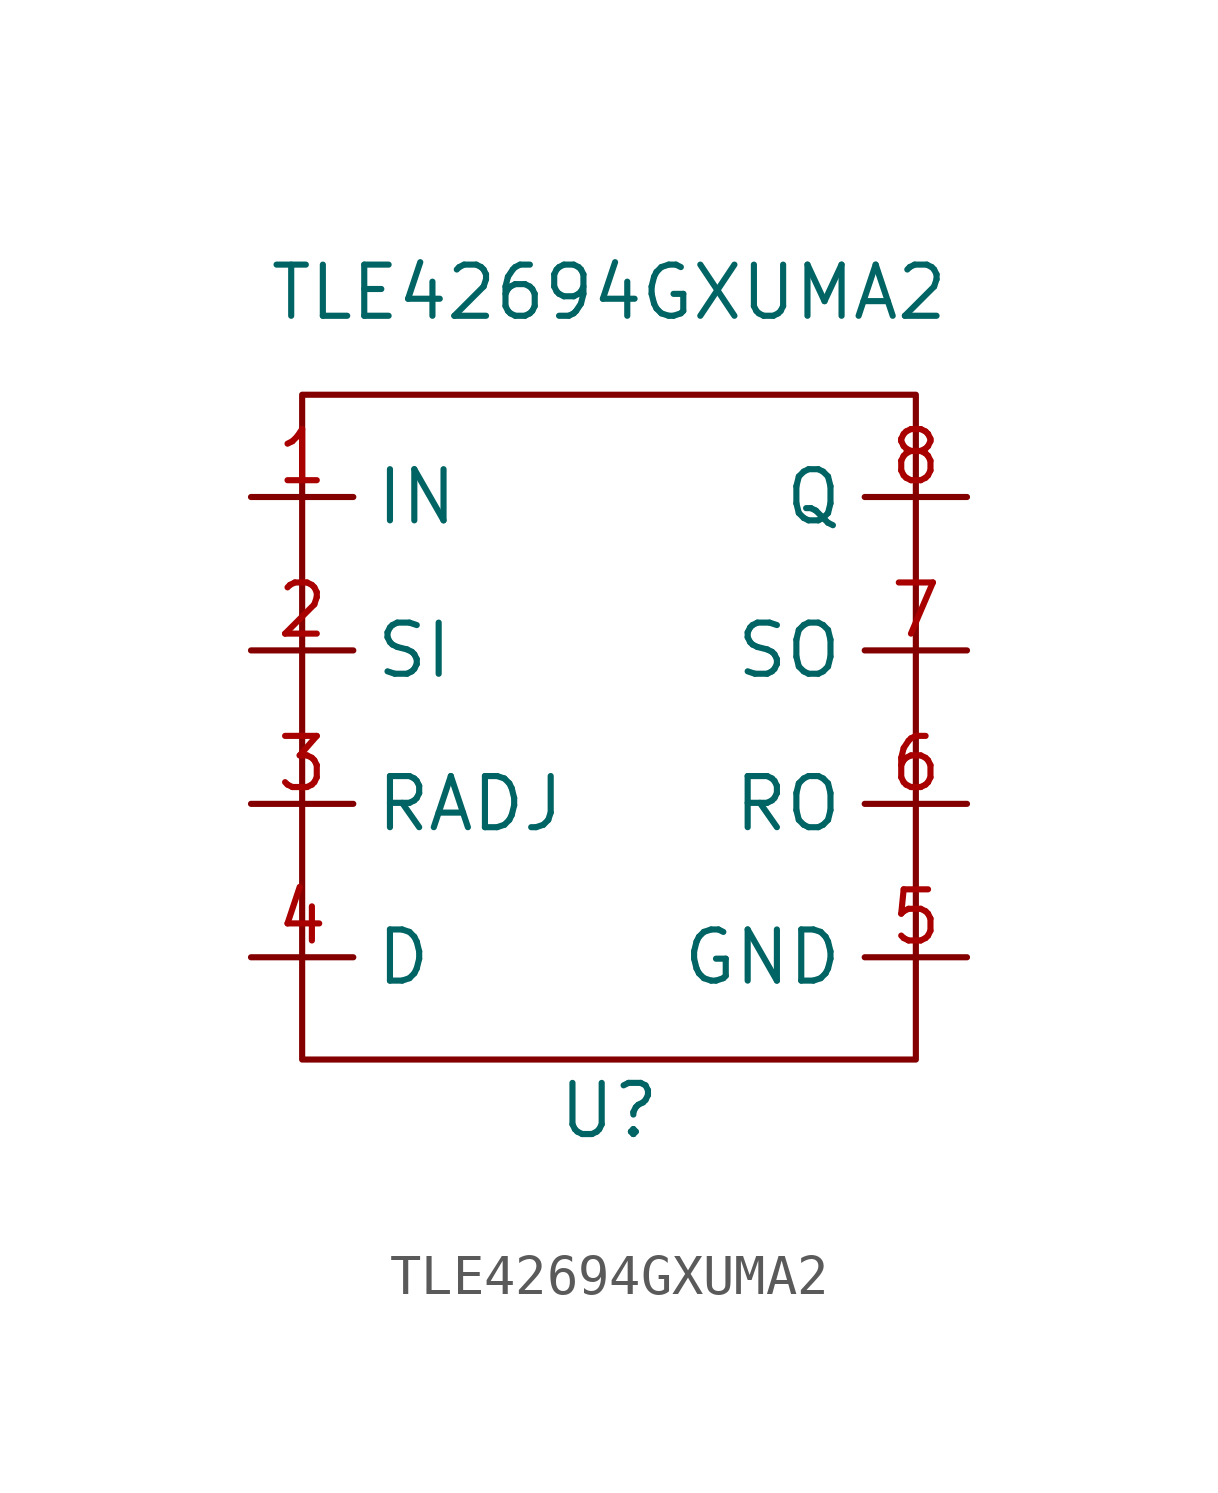
<source format=kicad_sym>
(kicad_symbol_lib
  (version 20211014)
  (generator kicad_symbol_editor)
  (symbol "TLE42694GXUMA2"
    (property "Reference" "U"
      (at 0 -10.16 0)
      (effects (font (size 1.27 1.27))))
    (property "Value" "TLE42694GXUMA2"
      (at 0 10.16 0)
      (effects (font (size 1.27 1.27))))
    (symbol "TLE42694GXUMA2_0_1"
      (rectangle (start -7.62 7.62) (end 7.62 -8.89) (stroke (width 0) (type default) (color 0 0 0 0)) (fill (type none))))
    (symbol "TLE42694GXUMA2_1_1"
      (pin input line (at -8.89 5.08 0) (length 2.54) (name "IN" (effects (font (size 1.27 1.27)))) (number "1" (effects (font (size 1.27 1.27)))))
      (pin input line (at -8.89 1.27 0) (length 2.54) (name "SI" (effects (font (size 1.27 1.27)))) (number "2" (effects (font (size 1.27 1.27)))))
      (pin input line (at -8.89 -2.54 0) (length 2.54) (name "RADJ" (effects (font (size 1.27 1.27)))) (number "3" (effects (font (size 1.27 1.27)))))
      (pin input line (at -8.89 -6.35 0) (length 2.54) (name "D" (effects (font (size 1.27 1.27)))) (number "4" (effects (font (size 1.27 1.27)))))
      (pin input line (at 8.89 -6.35 180) (length 2.54) (name "GND" (effects (font (size 1.27 1.27)))) (number "5" (effects (font (size 1.27 1.27)))))
      (pin free line (at 8.89 -2.54 180) (length 2.54) (name "RO" (effects (font (size 1.27 1.27)))) (number "6" (effects (font (size 1.27 1.27)))))
      (pin output line (at 8.89 1.27 180) (length 2.54) (name "SO" (effects (font (size 1.27 1.27)))) (number "7" (effects (font (size 1.27 1.27)))))
      (pin output line (at 8.89 5.08 180) (length 2.54) (name "Q" (effects (font (size 1.27 1.27)))) (number "8" (effects (font (size 1.27 1.27))))))))
</source>
